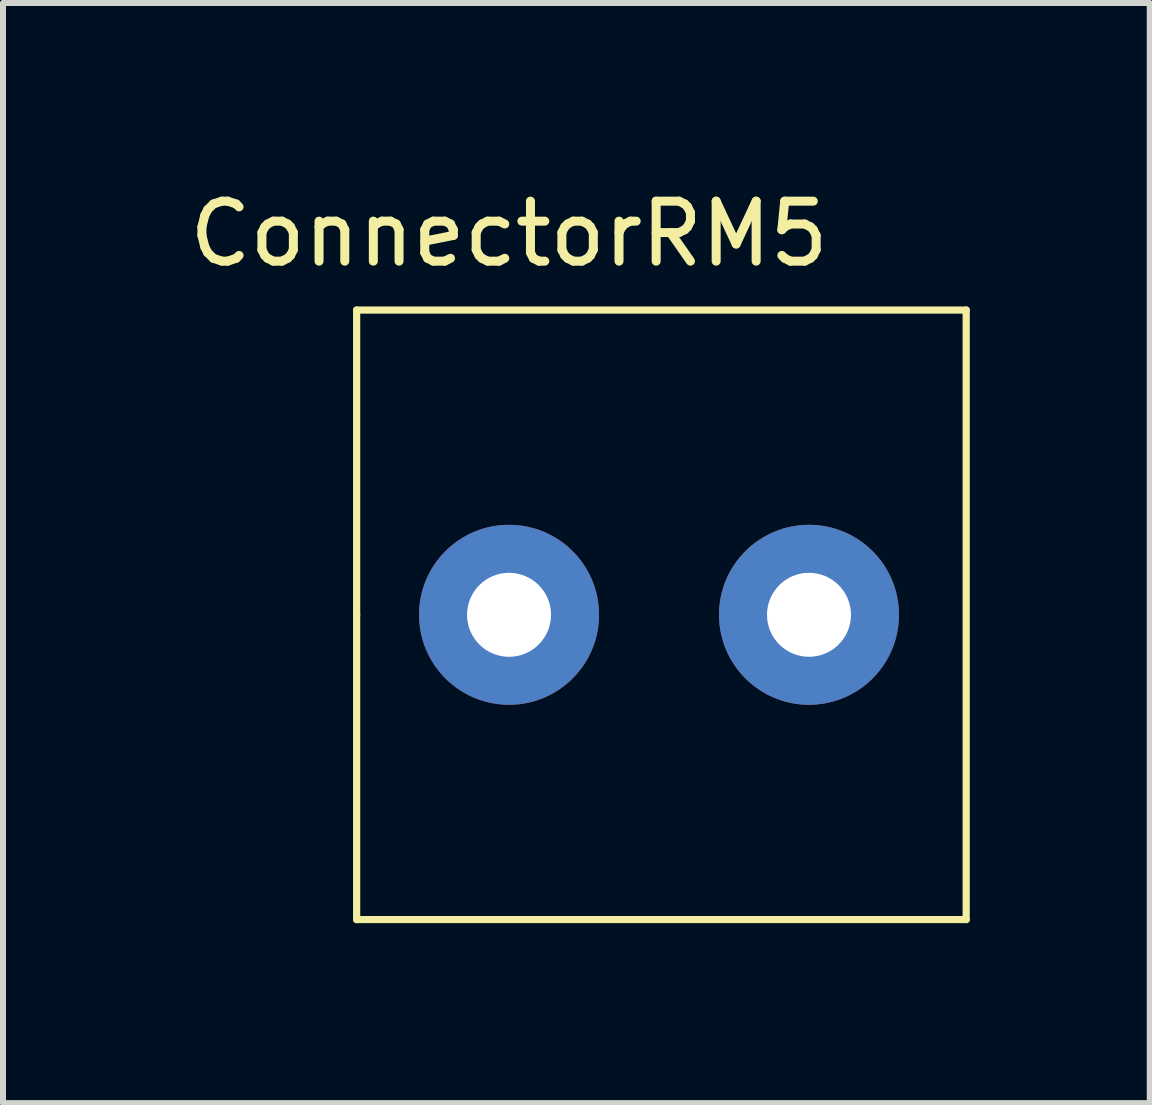
<source format=kicad_pcb>
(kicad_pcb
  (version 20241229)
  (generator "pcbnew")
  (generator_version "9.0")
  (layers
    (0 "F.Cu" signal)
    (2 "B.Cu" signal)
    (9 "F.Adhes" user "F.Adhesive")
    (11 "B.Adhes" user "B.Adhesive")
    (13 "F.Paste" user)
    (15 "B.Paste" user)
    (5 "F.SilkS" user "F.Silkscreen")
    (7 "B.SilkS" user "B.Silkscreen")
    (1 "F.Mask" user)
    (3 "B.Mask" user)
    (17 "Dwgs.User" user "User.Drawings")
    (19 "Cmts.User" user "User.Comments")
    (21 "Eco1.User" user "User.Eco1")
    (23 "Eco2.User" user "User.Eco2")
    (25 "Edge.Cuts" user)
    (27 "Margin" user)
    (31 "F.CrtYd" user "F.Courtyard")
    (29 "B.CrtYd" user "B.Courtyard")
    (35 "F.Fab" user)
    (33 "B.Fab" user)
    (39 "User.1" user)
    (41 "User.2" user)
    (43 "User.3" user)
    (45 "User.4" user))
  (footprint "ConnectorRM5"
    (layer "F.Cu")
    (at 5.435 7.198)
    (property "Reference" "ConnectorRM5" (at 0 -6.35 0) (layer "F.SilkS") (effects (font (size 1 1) (thickness 0.15))))
    (attr through_hole)
    (fp_line (start -2.54 -5.08) (end 7.62 -5.08) (stroke (width 0.12) (type solid)) (layer "F.SilkS"))
    (fp_line (start -2.54 0) (end -2.54 -5.08) (stroke (width 0.12) (type solid)) (layer "F.SilkS"))
    (fp_line (start -2.54 5.08) (end -2.54 0) (stroke (width 0.12) (type solid)) (layer "F.SilkS"))
    (fp_line (start 7.62 -5.08) (end 7.62 5.08) (stroke (width 0.12) (type solid)) (layer "F.SilkS"))
    (fp_line (start 7.62 5.08) (end -2.54 5.08) (stroke (width 0.12) (type solid)) (layer "F.SilkS"))
    (pad "1" thru_hole circle (at 0 0) (size 3 3) (drill 1.4) (layers "*.Cu" "*.Mask"))
    (pad "2" thru_hole circle (at 5 0) (size 3 3) (drill 1.4) (layers "*.Cu" "*.Mask")))
  (gr_rect
    (start -3 -3)
    (end 16.115 15.338)
    (stroke (width 0.1) (type default))
    (fill no)
    (layer "Edge.Cuts")))
</source>
